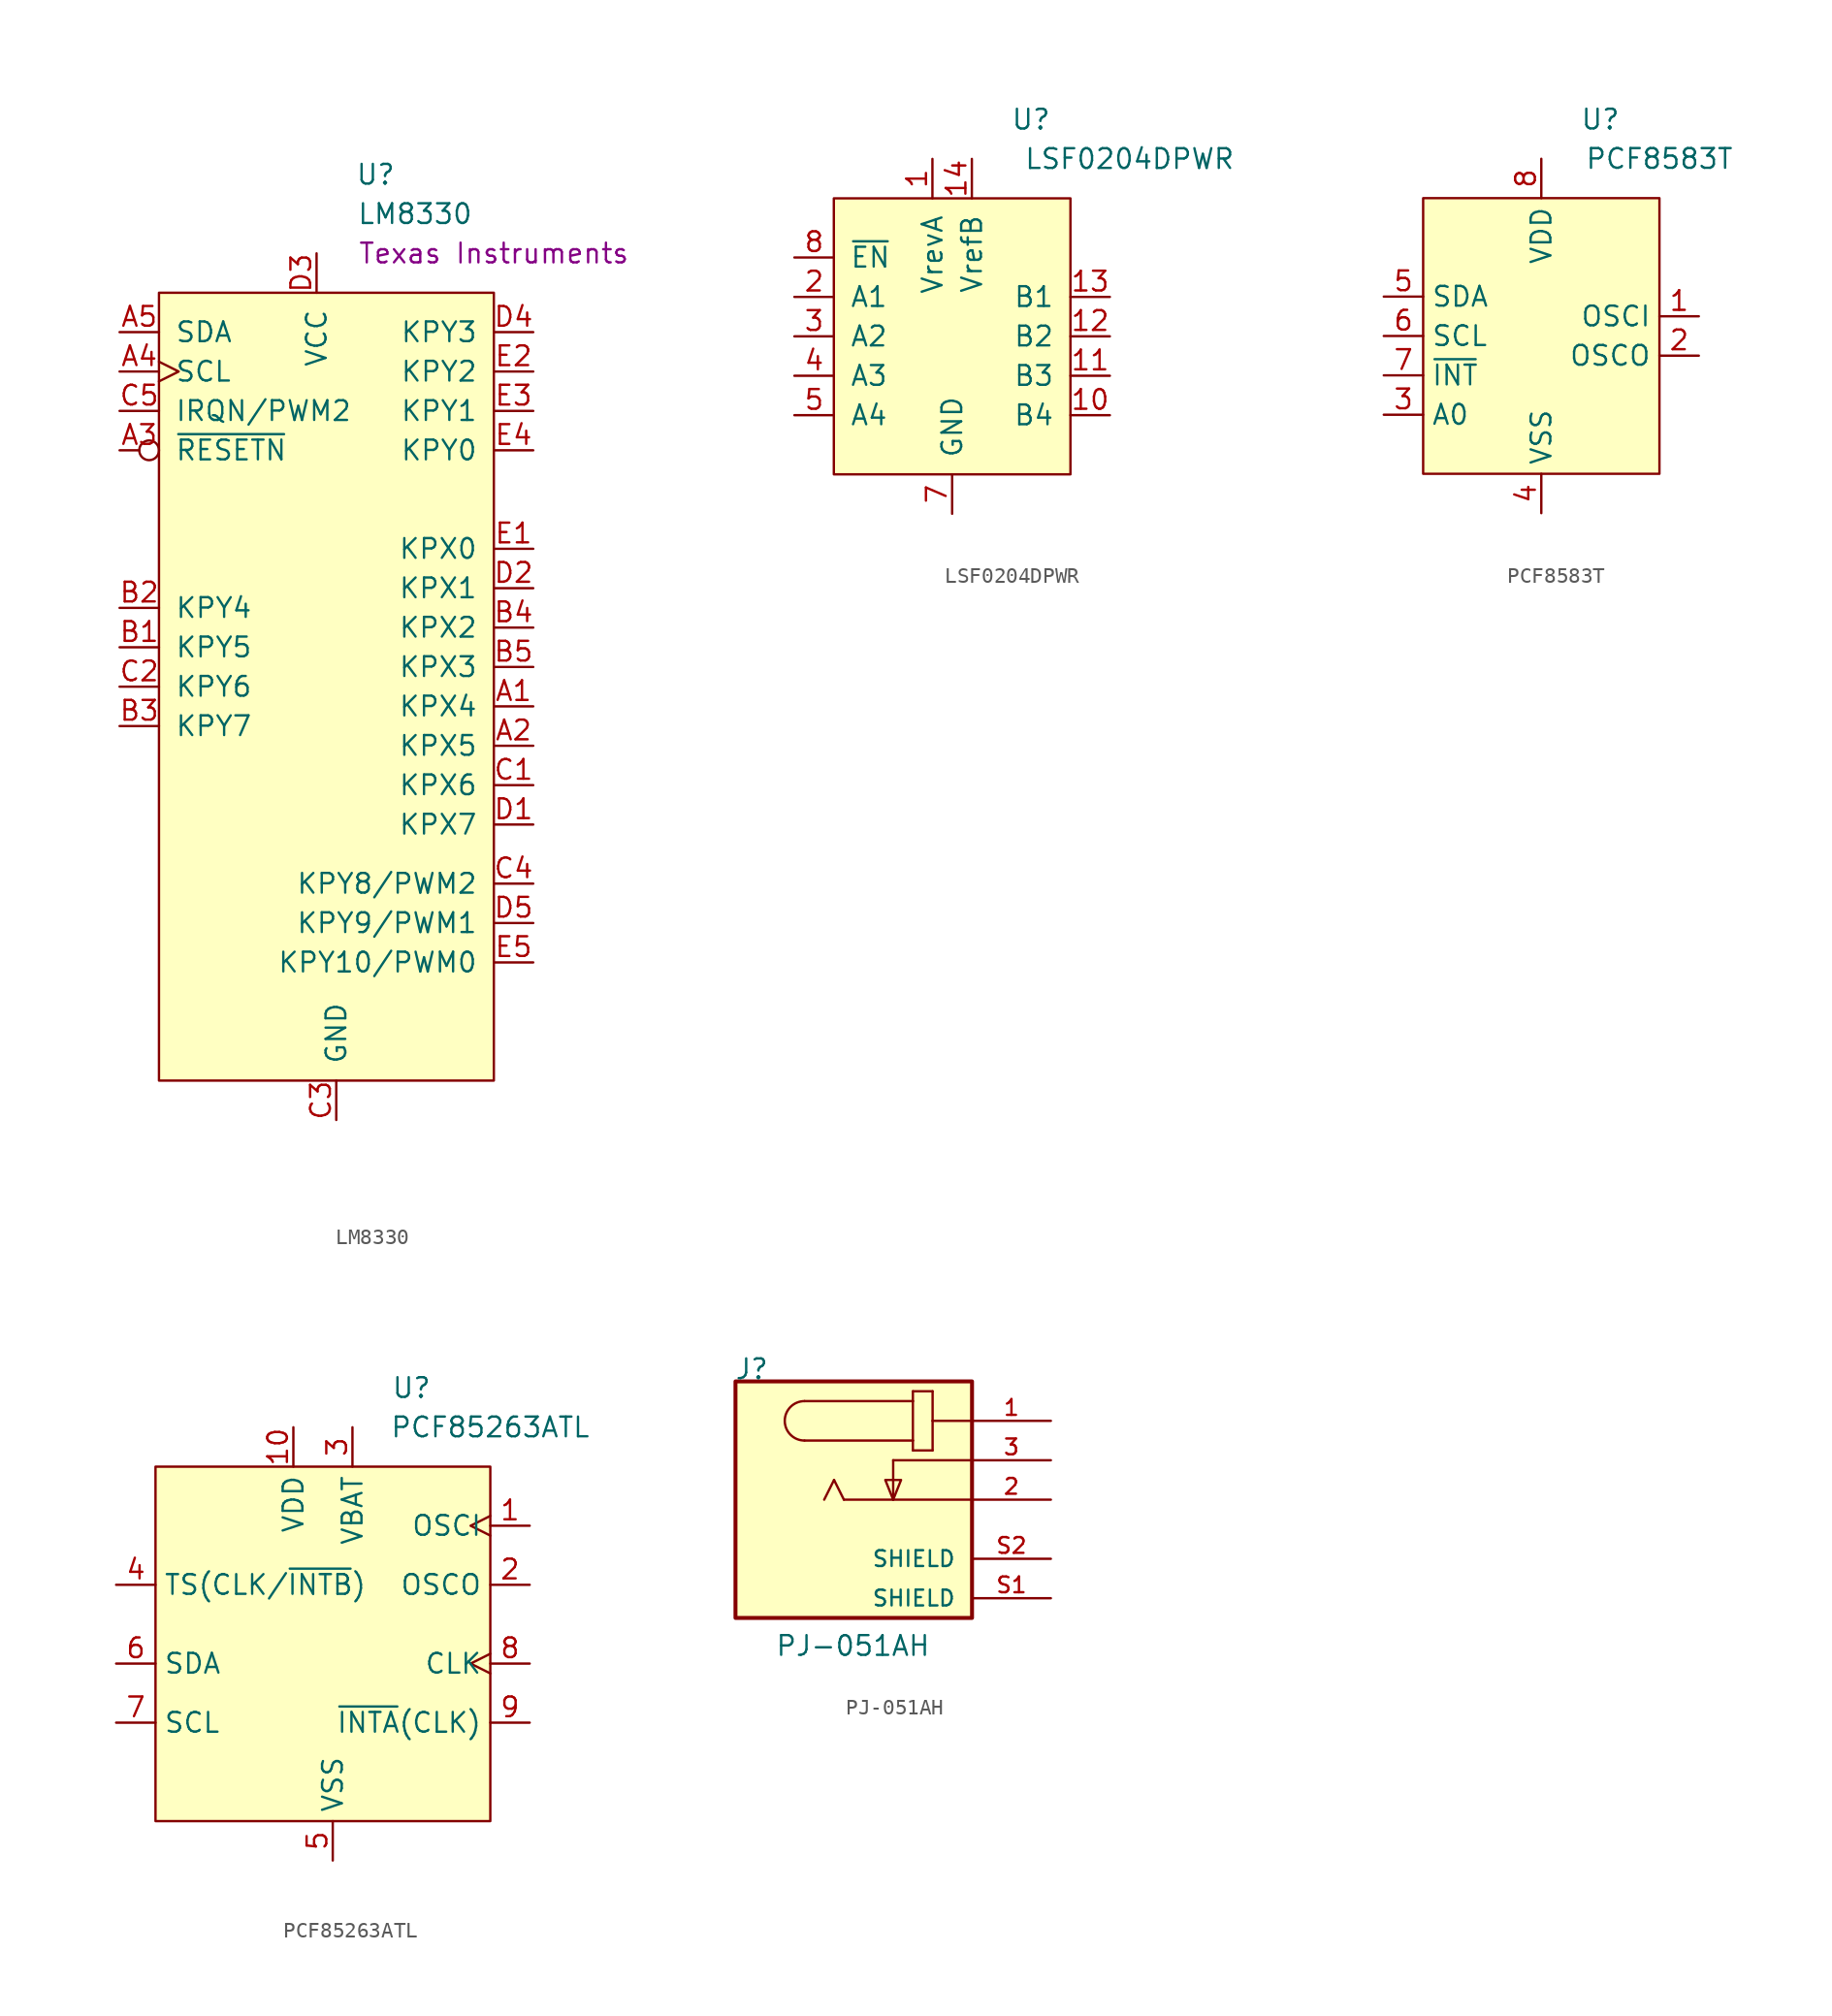
<source format=kicad_sym>
(kicad_symbol_lib
  (version 20211014)
  (generator kicad_symbol_editor)
  (symbol "LM8330"
    (pin_names
      (offset 1.016))
    (property "Reference" "U"
      (at -10.16 22.86 0)
      (effects (font (size 1.27 1.27))))
    (property "Value" "LM8330"
      (at -7.62 20.32 0)
      (effects (font (size 1.27 1.27))))
    (property "Manufacturer" "Texas Instruments"
      (at -2.54 17.78 0)
      (effects (font (size 1.27 1.27))))
    (symbol "LM8330_0_1"
      (rectangle (start -24.13 15.24) (end -2.54 -35.56) (stroke (width 0) (type default) (color 0 0 0 0)) (fill (type background))))
    (symbol "LM8330_1_1"
      (pin bidirectional line (at 0 -11.43 180) (length 2.54) (name "KPX4" (effects (font (size 1.27 1.27)))) (number "A1" (effects (font (size 1.27 1.27)))))
      (pin bidirectional line (at 0 -13.97 180) (length 2.54) (name "KPX5" (effects (font (size 1.27 1.27)))) (number "A2" (effects (font (size 1.27 1.27)))))
      (pin input inverted (at -26.67 5.08 0) (length 2.54) (name "~{RESETN}" (effects (font (size 1.27 1.27)))) (number "A3" (effects (font (size 1.27 1.27)))))
      (pin output clock (at -26.67 10.16 0) (length 2.54) (name "SCL" (effects (font (size 1.27 1.27)))) (number "A4" (effects (font (size 1.27 1.27)))))
      (pin bidirectional line (at -26.67 12.7 0) (length 2.54) (name "SDA" (effects (font (size 1.27 1.27)))) (number "A5" (effects (font (size 1.27 1.27)))))
      (pin bidirectional line (at -26.67 -7.62 0) (length 2.54) (name "KPY5" (effects (font (size 1.27 1.27)))) (number "B1" (effects (font (size 1.27 1.27)))))
      (pin bidirectional line (at -26.67 -5.08 0) (length 2.54) (name "KPY4" (effects (font (size 1.27 1.27)))) (number "B2" (effects (font (size 1.27 1.27)))))
      (pin bidirectional line (at -26.67 -12.7 0) (length 2.54) (name "KPY7" (effects (font (size 1.27 1.27)))) (number "B3" (effects (font (size 1.27 1.27)))))
      (pin bidirectional line (at 0 -6.35 180) (length 2.54) (name "KPX2" (effects (font (size 1.27 1.27)))) (number "B4" (effects (font (size 1.27 1.27)))))
      (pin bidirectional line (at 0 -8.89 180) (length 2.54) (name "KPX3" (effects (font (size 1.27 1.27)))) (number "B5" (effects (font (size 1.27 1.27)))))
      (pin bidirectional line (at 0 -16.51 180) (length 2.54) (name "KPX6" (effects (font (size 1.27 1.27)))) (number "C1" (effects (font (size 1.27 1.27)))))
      (pin bidirectional line (at -26.67 -10.16 0) (length 2.54) (name "KPY6" (effects (font (size 1.27 1.27)))) (number "C2" (effects (font (size 1.27 1.27)))))
      (pin power_in line (at -12.7 -38.1 90) (length 2.54) (name "GND" (effects (font (size 1.27 1.27)))) (number "C3" (effects (font (size 1.27 1.27)))))
      (pin bidirectional line (at 0 -22.86 180) (length 2.54) (name "KPY8/PWM2" (effects (font (size 1.27 1.27)))) (number "C4" (effects (font (size 1.27 1.27)))))
      (pin bidirectional line (at -26.67 7.62 0) (length 2.54) (name "IRQN/PWM2" (effects (font (size 1.27 1.27)))) (number "C5" (effects (font (size 1.27 1.27)))))
      (pin bidirectional line (at 0 -19.05 180) (length 2.54) (name "KPX7" (effects (font (size 1.27 1.27)))) (number "D1" (effects (font (size 1.27 1.27)))))
      (pin bidirectional line (at 0 -3.81 180) (length 2.54) (name "KPX1" (effects (font (size 1.27 1.27)))) (number "D2" (effects (font (size 1.27 1.27)))))
      (pin power_in line (at -13.97 17.78 270) (length 2.54) (name "VCC" (effects (font (size 1.27 1.27)))) (number "D3" (effects (font (size 1.27 1.27)))))
      (pin bidirectional line (at 0 12.7 180) (length 2.54) (name "KPY3" (effects (font (size 1.27 1.27)))) (number "D4" (effects (font (size 1.27 1.27)))))
      (pin bidirectional line (at 0 -25.4 180) (length 2.54) (name "KPY9/PWM1" (effects (font (size 1.27 1.27)))) (number "D5" (effects (font (size 1.27 1.27)))))
      (pin bidirectional line (at 0 -1.27 180) (length 2.54) (name "KPX0" (effects (font (size 1.27 1.27)))) (number "E1" (effects (font (size 1.27 1.27)))))
      (pin bidirectional line (at 0 10.16 180) (length 2.54) (name "KPY2" (effects (font (size 1.27 1.27)))) (number "E2" (effects (font (size 1.27 1.27)))))
      (pin bidirectional line (at 0 7.62 180) (length 2.54) (name "KPY1" (effects (font (size 1.27 1.27)))) (number "E3" (effects (font (size 1.27 1.27)))))
      (pin bidirectional line (at 0 5.08 180) (length 2.54) (name "KPY0" (effects (font (size 1.27 1.27)))) (number "E4" (effects (font (size 1.27 1.27)))))
      (pin bidirectional line (at 0 -27.94 180) (length 2.54) (name "KPY10/PWM0" (effects (font (size 1.27 1.27)))) (number "E5" (effects (font (size 1.27 1.27)))))))
  (symbol "LSF0204DPWR"
    (pin_names
      (offset 1.016))
    (property "Reference" "U"
      (at 5.08 13.97 0)
      (effects (font (size 1.27 1.27))))
    (property "Value" "LSF0204DPWR"
      (at 11.43 11.43 0)
      (effects (font (size 1.27 1.27))))
    (symbol "LSF0204DPWR_0_1"
      (rectangle (start -7.62 8.89) (end 7.62 -8.89) (stroke (width 0) (type default) (color 0 0 0 0)) (fill (type background))))
    (symbol "LSF0204DPWR_1_1"
      (pin power_in line (at -1.27 11.43 270) (length 2.54) (name "VrevA" (effects (font (size 1.27 1.27)))) (number "1" (effects (font (size 1.27 1.27)))))
      (pin bidirectional line (at 10.16 -5.08 180) (length 2.54) (name "B4" (effects (font (size 1.27 1.27)))) (number "10" (effects (font (size 1.27 1.27)))))
      (pin bidirectional line (at 10.16 -2.54 180) (length 2.54) (name "B3" (effects (font (size 1.27 1.27)))) (number "11" (effects (font (size 1.27 1.27)))))
      (pin bidirectional line (at 10.16 0 180) (length 2.54) (name "B2" (effects (font (size 1.27 1.27)))) (number "12" (effects (font (size 1.27 1.27)))))
      (pin bidirectional line (at 10.16 2.54 180) (length 2.54) (name "B1" (effects (font (size 1.27 1.27)))) (number "13" (effects (font (size 1.27 1.27)))))
      (pin power_in line (at 1.27 11.43 270) (length 2.54) (name "VrefB" (effects (font (size 1.27 1.27)))) (number "14" (effects (font (size 1.27 1.27)))))
      (pin bidirectional line (at -10.16 2.54 0) (length 2.54) (name "A1" (effects (font (size 1.27 1.27)))) (number "2" (effects (font (size 1.27 1.27)))))
      (pin bidirectional line (at -10.16 0 0) (length 2.54) (name "A2" (effects (font (size 1.27 1.27)))) (number "3" (effects (font (size 1.27 1.27)))))
      (pin bidirectional line (at -10.16 -2.54 0) (length 2.54) (name "A3" (effects (font (size 1.27 1.27)))) (number "4" (effects (font (size 1.27 1.27)))))
      (pin bidirectional line (at -10.16 -5.08 0) (length 2.54) (name "A4" (effects (font (size 1.27 1.27)))) (number "5" (effects (font (size 1.27 1.27)))))
      (pin no_connect line (at -10.16 -7.62 0) (length 2.54) hide (name "NC" (effects (font (size 1.27 1.27)))) (number "6" (effects (font (size 1.27 1.27)))))
      (pin power_in line (at 0 -11.43 90) (length 2.54) (name "GND" (effects (font (size 1.27 1.27)))) (number "7" (effects (font (size 1.27 1.27)))))
      (pin input line (at -10.16 5.08 0) (length 2.54) (name "~{EN}" (effects (font (size 1.27 1.27)))) (number "8" (effects (font (size 1.27 1.27)))))
      (pin no_connect line (at 10.16 -7.62 180) (length 2.54) hide (name "NC" (effects (font (size 1.27 1.27)))) (number "9" (effects (font (size 1.27 1.27)))))))
  (symbol "PCF8583T"
    (property "Reference" "U"
      (at 3.81 13.97 0)
      (effects (font (size 1.27 1.27))))
    (property "Value" "PCF8583T"
      (at 7.62 11.43 0)
      (effects (font (size 1.27 1.27))))
    (symbol "PCF8583T_0_0"
      (pin input line (at 10.16 1.27 180) (length 2.54) (name "OSCI" (effects (font (size 1.27 1.27)))) (number "1" (effects (font (size 1.27 1.27)))))
      (pin output line (at 10.16 -1.27 180) (length 2.54) (name "OSCO" (effects (font (size 1.27 1.27)))) (number "2" (effects (font (size 1.27 1.27)))))
      (pin input line (at -10.16 -5.08 0) (length 2.54) (name "A0" (effects (font (size 1.27 1.27)))) (number "3" (effects (font (size 1.27 1.27)))))
      (pin power_in line (at 0 -11.43 90) (length 2.54) (name "VSS" (effects (font (size 1.27 1.27)))) (number "4" (effects (font (size 1.27 1.27)))))
      (pin bidirectional line (at -10.16 2.54 0) (length 2.54) (name "SDA" (effects (font (size 1.27 1.27)))) (number "5" (effects (font (size 1.27 1.27)))))
      (pin input line (at -10.16 0 0) (length 2.54) (name "SCL" (effects (font (size 1.27 1.27)))) (number "6" (effects (font (size 1.27 1.27)))))
      (pin output line (at -10.16 -2.54 0) (length 2.54) (name "~{INT}" (effects (font (size 1.27 1.27)))) (number "7" (effects (font (size 1.27 1.27)))))
      (pin power_in line (at 0 11.43 270) (length 2.54) (name "VDD" (effects (font (size 1.27 1.27)))) (number "8" (effects (font (size 1.27 1.27))))))
    (symbol "PCF8583T_0_1"
      (rectangle (start -7.62 8.89) (end 7.62 -8.89) (stroke (width 0) (type default) (color 0 0 0 0)) (fill (type background)))))
  (symbol "PCF85263ATL"
    (property "Reference" "U"
      (at 5.08 16.51 0)
      (effects (font (size 1.27 1.27))))
    (property "Value" "PCF85263ATL"
      (at 10.16 13.97 0)
      (effects (font (size 1.27 1.27))))
    (symbol "PCF85263ATL_0_0"
      (pin input clock (at 12.7 7.62 180) (length 2.54) (name "OSCI" (effects (font (size 1.27 1.27)))) (number "1" (effects (font (size 1.27 1.27)))))
      (pin power_in line (at -2.54 13.97 270) (length 2.54) (name "VDD" (effects (font (size 1.27 1.27)))) (number "10" (effects (font (size 1.27 1.27)))))
      (pin output line (at 12.7 3.81 180) (length 2.54) (name "OSCO" (effects (font (size 1.27 1.27)))) (number "2" (effects (font (size 1.27 1.27)))))
      (pin power_in line (at 1.27 13.97 270) (length 2.54) (name "VBAT" (effects (font (size 1.27 1.27)))) (number "3" (effects (font (size 1.27 1.27)))))
      (pin bidirectional line (at -13.97 3.81 0) (length 2.54) (name "TS(CLK/~{INTB})" (effects (font (size 1.27 1.27)))) (number "4" (effects (font (size 1.27 1.27)))))
      (pin power_in line (at 0 -13.97 90) (length 2.54) (name "VSS" (effects (font (size 1.27 1.27)))) (number "5" (effects (font (size 1.27 1.27)))))
      (pin bidirectional line (at -13.97 -1.27 0) (length 2.54) (name "SDA" (effects (font (size 1.27 1.27)))) (number "6" (effects (font (size 1.27 1.27)))))
      (pin input line (at -13.97 -5.08 0) (length 2.54) (name "SCL" (effects (font (size 1.27 1.27)))) (number "7" (effects (font (size 1.27 1.27)))))
      (pin output clock (at 12.7 -1.27 180) (length 2.54) (name "CLK" (effects (font (size 1.27 1.27)))) (number "8" (effects (font (size 1.27 1.27)))))
      (pin output line (at 12.7 -5.08 180) (length 2.54) (name "~{INTA}(CLK)" (effects (font (size 1.27 1.27)))) (number "9" (effects (font (size 1.27 1.27))))))
    (symbol "PCF85263ATL_0_1"
      (rectangle (start -11.43 11.43) (end 10.16 -11.43) (stroke (width 0) (type default) (color 0 0 0 0)) (fill (type background)))))
  (symbol "PJ-051AH"
    (pin_names
      (offset 1.016))
    (property "Reference" "J"
      (at -7.696 7.671 0)
      (effects (font (size 1.27 1.27)) (justify left bottom)))
    (property "Value" "PJ-051AH"
      (at -5.08 -10.16 0)
      (effects (font (size 1.27 1.27)) (justify left bottom)))
    (symbol "PJ-051AH_0_0"
      (rectangle (start -7.62 -7.62) (end 7.62 7.62) (stroke (width 0.254) (type default) (color 0 0 0 0)) (fill (type background)))
      (arc (start -3.175 6.35) (mid -4.445 5.08) (end -3.175 3.81) (stroke (width 0.1524) (type default) (color 0 0 0 0)) (fill (type none)))
      (polyline (pts (xy -3.175 6.35) (xy 3.81 6.35)) (stroke (width 0.152) (type default) (color 0 0 0 0)) (fill (type none)))
      (polyline (pts (xy -1.27 1.27) (xy -1.905 0)) (stroke (width 0.152) (type default) (color 0 0 0 0)) (fill (type none)))
      (polyline (pts (xy -0.635 0) (xy -1.27 1.27)) (stroke (width 0.152) (type default) (color 0 0 0 0)) (fill (type none)))
      (polyline (pts (xy 2.54 0) (xy -0.635 0)) (stroke (width 0.152) (type default) (color 0 0 0 0)) (fill (type none)))
      (polyline (pts (xy 2.54 0) (xy 7.62 0)) (stroke (width 0.152) (type default) (color 0 0 0 0)) (fill (type none)))
      (polyline (pts (xy 2.54 2.54) (xy 2.54 0)) (stroke (width 0.152) (type default) (color 0 0 0 0)) (fill (type none)))
      (polyline (pts (xy 2.54 2.54) (xy 7.62 2.54)) (stroke (width 0.152) (type default) (color 0 0 0 0)) (fill (type none)))
      (polyline (pts (xy 3.81 3.175) (xy 5.08 3.175)) (stroke (width 0.152) (type default) (color 0 0 0 0)) (fill (type none)))
      (polyline (pts (xy 3.81 3.81) (xy -3.175 3.81)) (stroke (width 0.152) (type default) (color 0 0 0 0)) (fill (type none)))
      (polyline (pts (xy 3.81 3.81) (xy 3.81 3.175)) (stroke (width 0.152) (type default) (color 0 0 0 0)) (fill (type none)))
      (polyline (pts (xy 3.81 6.35) (xy 3.81 3.81)) (stroke (width 0.152) (type default) (color 0 0 0 0)) (fill (type none)))
      (polyline (pts (xy 3.81 6.985) (xy 3.81 6.35)) (stroke (width 0.152) (type default) (color 0 0 0 0)) (fill (type none)))
      (polyline (pts (xy 5.08 3.175) (xy 5.08 5.08)) (stroke (width 0.152) (type default) (color 0 0 0 0)) (fill (type none)))
      (polyline (pts (xy 5.08 5.08) (xy 5.08 6.985)) (stroke (width 0.152) (type default) (color 0 0 0 0)) (fill (type none)))
      (polyline (pts (xy 5.08 5.08) (xy 7.62 5.08)) (stroke (width 0.152) (type default) (color 0 0 0 0)) (fill (type none)))
      (polyline (pts (xy 5.08 6.985) (xy 3.81 6.985)) (stroke (width 0.152) (type default) (color 0 0 0 0)) (fill (type none)))
      (polyline (pts (xy 2.54 0) (xy 2.032 1.27) (xy 3.048 1.27) (xy 2.54 0)) (stroke (width 0.152) (type default) (color 0 0 0 0)) (fill (type background)))
      (pin passive line (at 12.7 5.08 180) (length 5.08) (name "~" (effects (font (size 1.016 1.016)))) (number "1" (effects (font (size 1.016 1.016)))))
      (pin passive line (at 12.7 0 180) (length 5.08) (name "~" (effects (font (size 1.016 1.016)))) (number "2" (effects (font (size 1.016 1.016)))))
      (pin passive line (at 12.7 2.54 180) (length 5.08) (name "~" (effects (font (size 1.016 1.016)))) (number "3" (effects (font (size 1.016 1.016)))))
      (pin passive line (at 12.7 -6.35 180) (length 5.08) (name "SHIELD" (effects (font (size 1.016 1.016)))) (number "S1" (effects (font (size 1.016 1.016)))))
      (pin passive line (at 12.7 -3.81 180) (length 5.08) (name "SHIELD" (effects (font (size 1.016 1.016)))) (number "S2" (effects (font (size 1.016 1.016))))))))
</source>
